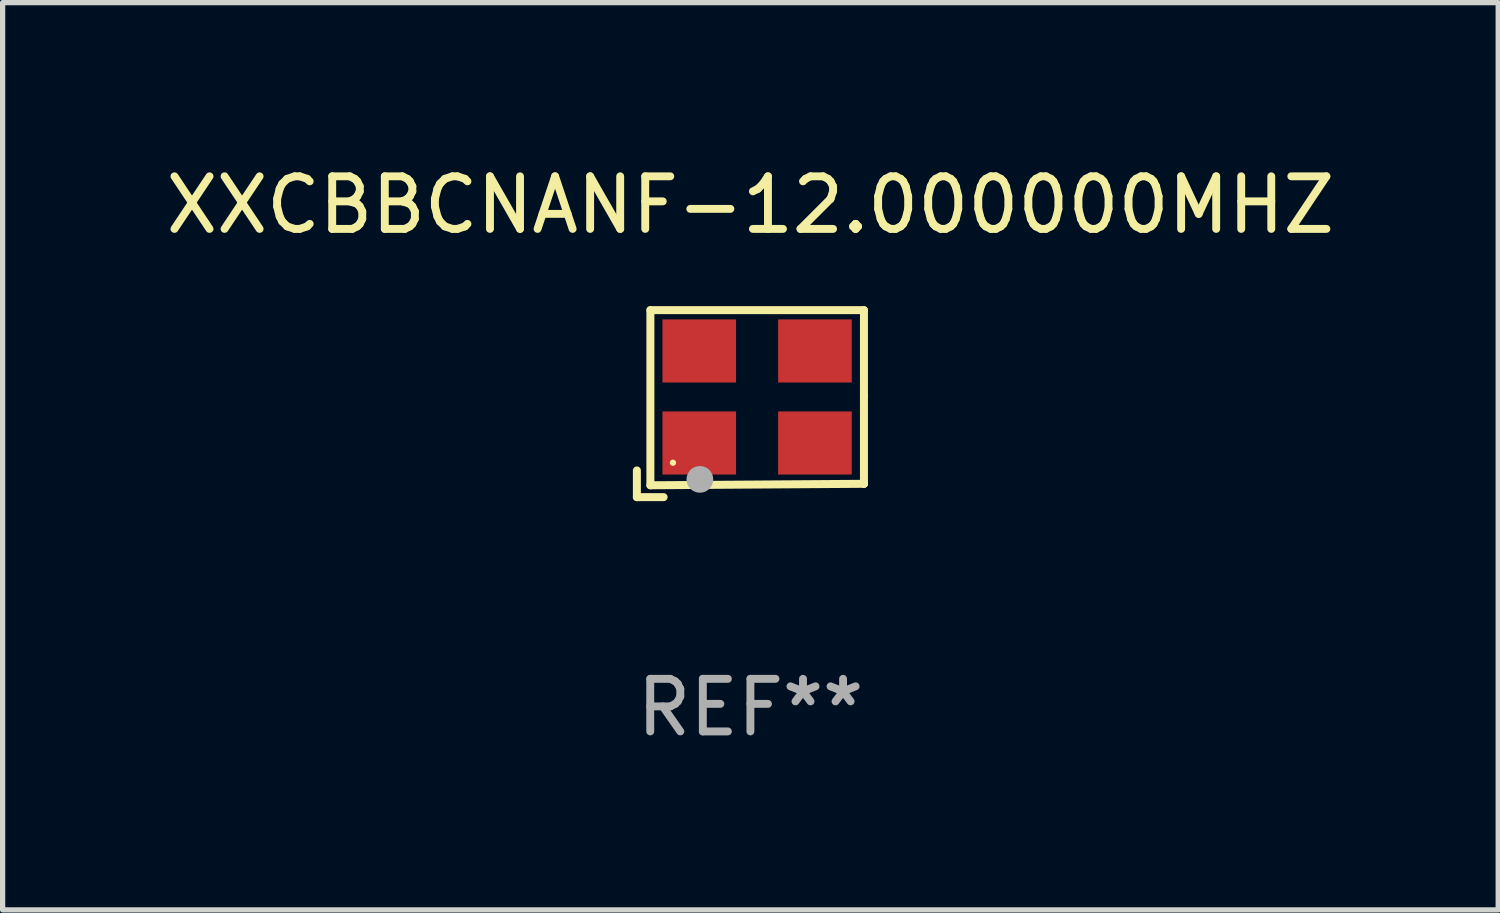
<source format=kicad_pcb>
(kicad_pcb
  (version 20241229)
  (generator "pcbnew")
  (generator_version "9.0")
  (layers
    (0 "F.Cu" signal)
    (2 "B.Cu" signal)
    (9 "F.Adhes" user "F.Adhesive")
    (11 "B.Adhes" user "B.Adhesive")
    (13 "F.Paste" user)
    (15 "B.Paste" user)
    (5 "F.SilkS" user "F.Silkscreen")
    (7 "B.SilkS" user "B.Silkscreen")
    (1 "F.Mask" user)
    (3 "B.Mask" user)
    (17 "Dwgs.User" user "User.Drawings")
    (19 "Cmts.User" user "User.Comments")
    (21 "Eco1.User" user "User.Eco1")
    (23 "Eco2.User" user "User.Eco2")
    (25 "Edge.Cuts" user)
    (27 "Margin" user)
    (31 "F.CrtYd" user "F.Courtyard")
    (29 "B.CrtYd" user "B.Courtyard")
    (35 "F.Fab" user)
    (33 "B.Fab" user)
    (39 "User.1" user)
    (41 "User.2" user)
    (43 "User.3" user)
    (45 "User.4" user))
  (footprint "XXCBBCNANF-12.000000MHZ"
    (layer "F.Cu")
    (at 11.22 4.626)
    (property "Reference" "XXCBBCNANF-12.000000MHZ" (at 0 -3.778 0) (layer "F.SilkS") (effects (font (size 1 1) (thickness 0.15))))
    (attr through_hole)
    (fp_line (start -2.159 1.27) (end -2.159 1.778) (stroke (width 0.152) (type solid)) (layer "F.SilkS"))
    (fp_line (start -2.159 1.778) (end -1.651 1.778) (stroke (width 0.152) (type solid)) (layer "F.SilkS"))
    (fp_line (start -1.902 -1.778) (end 2.159 -1.778) (stroke (width 0.152) (type solid)) (layer "F.SilkS"))
    (fp_line (start -1.902 1.552) (end -1.902 -1.778) (stroke (width 0.152) (type solid)) (layer "F.SilkS"))
    (fp_line (start 2.159 -1.778) (end 2.159 -0.127) (stroke (width 0.152) (type solid)) (layer "F.SilkS"))
    (fp_line (start 2.159 -0.127) (end 2.159 1.524) (stroke (width 0.152) (type solid)) (layer "F.SilkS"))
    (fp_line (start 2.159 1.524) (end -1.902 1.552) (stroke (width 0.152) (type solid)) (layer "F.SilkS"))
    (fp_line (start 2.159 1.524) (end 2.159 1.524) (stroke (width 0.152) (type solid)) (layer "F.SilkS"))
    (fp_circle (center -1.473 1.123) (end -1.443 1.123) (stroke (width 0.06) (type solid)) (fill no) (layer "F.SilkS"))
    (fp_circle (center -0.961 1.44) (end -0.834 1.44) (stroke (width 0.254) (type solid)) (fill no) (layer "F.Fab"))
    (fp_text user "REF**" (at 0 5.778 0) (layer "F.Fab") (effects (font (size 1 1) (thickness 0.15))))
    (pad "1" smd rect (at -0.973 0.748) (size 1.4 1.2) (layers "F.Cu" "F.Mask" "F.Paste"))
    (pad "2" smd rect (at 1.227 0.748) (size 1.4 1.2) (layers "F.Cu" "F.Mask" "F.Paste"))
    (pad "3" smd rect (at 1.227 -1.002) (size 1.4 1.2) (layers "F.Cu" "F.Mask" "F.Paste"))
    (pad "4" smd rect (at -0.973 -1.002) (size 1.4 1.2) (layers "F.Cu" "F.Mask" "F.Paste")))
  (gr_rect
    (start -3 -3)
    (end 25.44 14.253)
    (stroke (width 0.1) (type default))
    (fill no)
    (layer "Edge.Cuts")))
</source>
